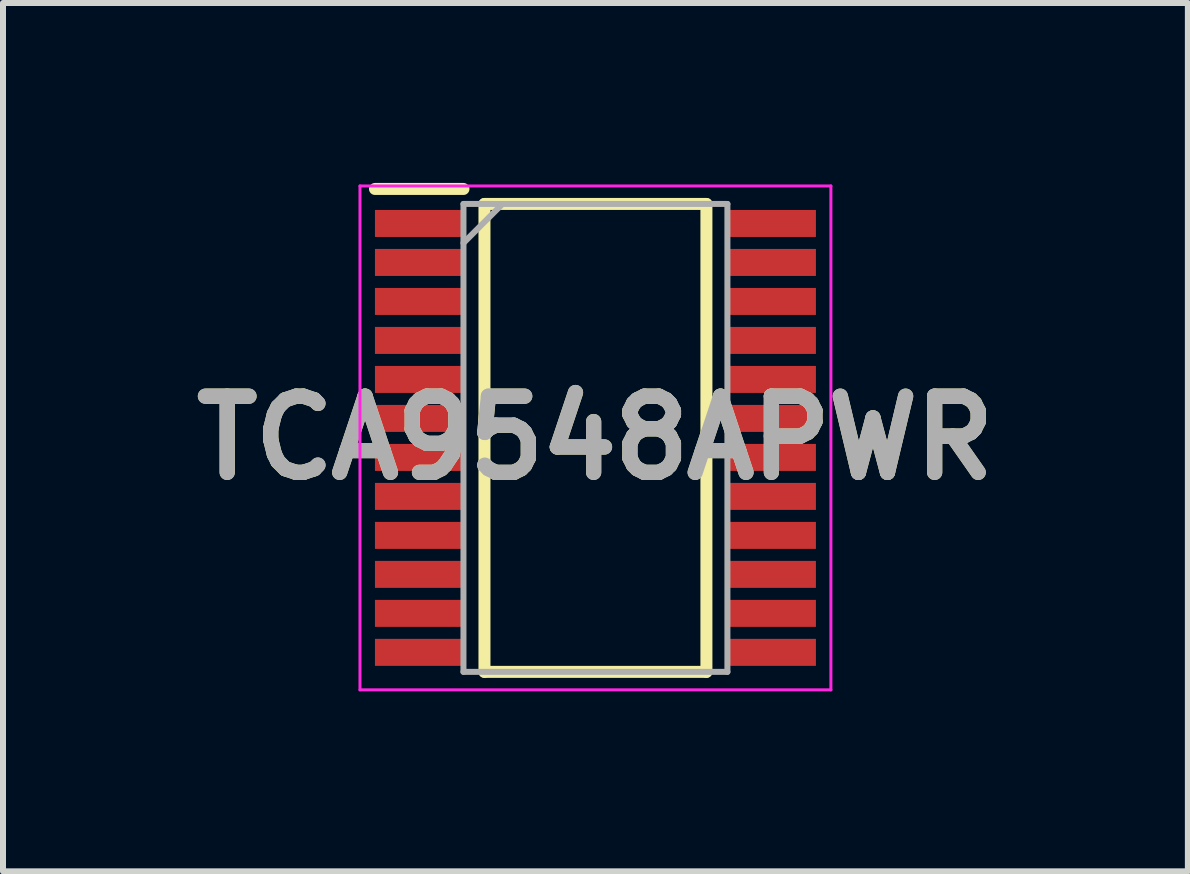
<source format=kicad_pcb>
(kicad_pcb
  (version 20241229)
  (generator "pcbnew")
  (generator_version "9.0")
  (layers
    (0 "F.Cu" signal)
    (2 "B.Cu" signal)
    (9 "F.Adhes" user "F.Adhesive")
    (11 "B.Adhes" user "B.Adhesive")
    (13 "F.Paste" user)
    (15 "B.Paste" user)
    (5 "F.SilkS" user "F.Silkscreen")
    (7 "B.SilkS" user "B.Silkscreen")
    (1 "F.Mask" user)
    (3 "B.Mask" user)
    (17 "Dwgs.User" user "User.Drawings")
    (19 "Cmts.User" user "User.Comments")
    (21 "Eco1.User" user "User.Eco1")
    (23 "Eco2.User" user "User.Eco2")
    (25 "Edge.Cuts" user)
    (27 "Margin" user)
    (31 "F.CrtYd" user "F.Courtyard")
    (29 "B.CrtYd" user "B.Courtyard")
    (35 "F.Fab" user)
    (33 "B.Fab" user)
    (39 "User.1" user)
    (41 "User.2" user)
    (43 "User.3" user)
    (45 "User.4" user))
  (footprint "TCA9548APWR"
    (layer "F.Cu")
    (at 6.876 4.25)
    (property "Reference" "TCA9548APWR" (at 0 0 0) (layer "F.SilkS") (effects (font (size 1.27 1.27) (thickness 0.254))))
    (attr smd)
    (fp_line (start -3.675 -4.15) (end -2.2 -4.15) (stroke (width 0.2) (type solid)) (layer "F.SilkS"))
    (fp_line (start -1.85 -3.9) (end 1.85 -3.9) (stroke (width 0.2) (type solid)) (layer "F.SilkS"))
    (fp_line (start -1.85 3.9) (end -1.85 -3.9) (stroke (width 0.2) (type solid)) (layer "F.SilkS"))
    (fp_line (start 1.85 -3.9) (end 1.85 3.9) (stroke (width 0.2) (type solid)) (layer "F.SilkS"))
    (fp_line (start 1.85 3.9) (end -1.85 3.9) (stroke (width 0.2) (type solid)) (layer "F.SilkS"))
    (fp_line (start -3.925 -4.2) (end 3.925 -4.2) (stroke (width 0.05) (type solid)) (layer "F.CrtYd"))
    (fp_line (start -3.925 4.2) (end -3.925 -4.2) (stroke (width 0.05) (type solid)) (layer "F.CrtYd"))
    (fp_line (start 3.925 -4.2) (end 3.925 4.2) (stroke (width 0.05) (type solid)) (layer "F.CrtYd"))
    (fp_line (start 3.925 4.2) (end -3.925 4.2) (stroke (width 0.05) (type solid)) (layer "F.CrtYd"))
    (fp_line (start -2.2 -3.9) (end 2.2 -3.9) (stroke (width 0.1) (type solid)) (layer "F.Fab"))
    (fp_line (start -2.2 -3.25) (end -1.55 -3.9) (stroke (width 0.1) (type solid)) (layer "F.Fab"))
    (fp_line (start -2.2 3.9) (end -2.2 -3.9) (stroke (width 0.1) (type solid)) (layer "F.Fab"))
    (fp_line (start 2.2 -3.9) (end 2.2 3.9) (stroke (width 0.1) (type solid)) (layer "F.Fab"))
    (fp_line (start 2.2 3.9) (end -2.2 3.9) (stroke (width 0.1) (type solid)) (layer "F.Fab"))
    (fp_text user "${REFERENCE}" (at 0 0 0) (layer "F.Fab") (effects (font (size 1.27 1.27) (thickness 0.254))))
    (pad "1" smd rect (at -2.938 -3.575 90) (size 0.45 1.475) (layers "F.Cu" "F.Mask" "F.Paste"))
    (pad "2" smd rect (at -2.938 -2.925 90) (size 0.45 1.475) (layers "F.Cu" "F.Mask" "F.Paste"))
    (pad "3" smd rect (at -2.938 -2.275 90) (size 0.45 1.475) (layers "F.Cu" "F.Mask" "F.Paste"))
    (pad "4" smd rect (at -2.938 -1.625 90) (size 0.45 1.475) (layers "F.Cu" "F.Mask" "F.Paste"))
    (pad "5" smd rect (at -2.938 -0.975 90) (size 0.45 1.475) (layers "F.Cu" "F.Mask" "F.Paste"))
    (pad "6" smd rect (at -2.938 -0.325 90) (size 0.45 1.475) (layers "F.Cu" "F.Mask" "F.Paste"))
    (pad "7" smd rect (at -2.938 0.325 90) (size 0.45 1.475) (layers "F.Cu" "F.Mask" "F.Paste"))
    (pad "8" smd rect (at -2.938 0.975 90) (size 0.45 1.475) (layers "F.Cu" "F.Mask" "F.Paste"))
    (pad "9" smd rect (at -2.938 1.625 90) (size 0.45 1.475) (layers "F.Cu" "F.Mask" "F.Paste"))
    (pad "10" smd rect (at -2.938 2.275 90) (size 0.45 1.475) (layers "F.Cu" "F.Mask" "F.Paste"))
    (pad "11" smd rect (at -2.938 2.925 90) (size 0.45 1.475) (layers "F.Cu" "F.Mask" "F.Paste"))
    (pad "12" smd rect (at -2.938 3.575 90) (size 0.45 1.475) (layers "F.Cu" "F.Mask" "F.Paste"))
    (pad "13" smd rect (at 2.938 3.575 90) (size 0.45 1.475) (layers "F.Cu" "F.Mask" "F.Paste"))
    (pad "14" smd rect (at 2.938 2.925 90) (size 0.45 1.475) (layers "F.Cu" "F.Mask" "F.Paste"))
    (pad "15" smd rect (at 2.938 2.275 90) (size 0.45 1.475) (layers "F.Cu" "F.Mask" "F.Paste"))
    (pad "16" smd rect (at 2.938 1.625 90) (size 0.45 1.475) (layers "F.Cu" "F.Mask" "F.Paste"))
    (pad "17" smd rect (at 2.938 0.975 90) (size 0.45 1.475) (layers "F.Cu" "F.Mask" "F.Paste"))
    (pad "18" smd rect (at 2.938 0.325 90) (size 0.45 1.475) (layers "F.Cu" "F.Mask" "F.Paste"))
    (pad "19" smd rect (at 2.938 -0.325 90) (size 0.45 1.475) (layers "F.Cu" "F.Mask" "F.Paste"))
    (pad "20" smd rect (at 2.938 -0.975 90) (size 0.45 1.475) (layers "F.Cu" "F.Mask" "F.Paste"))
    (pad "21" smd rect (at 2.938 -1.625 90) (size 0.45 1.475) (layers "F.Cu" "F.Mask" "F.Paste"))
    (pad "22" smd rect (at 2.938 -2.275 90) (size 0.45 1.475) (layers "F.Cu" "F.Mask" "F.Paste"))
    (pad "23" smd rect (at 2.938 -2.925 90) (size 0.45 1.475) (layers "F.Cu" "F.Mask" "F.Paste"))
    (pad "24" smd rect (at 2.938 -3.575 90) (size 0.45 1.475) (layers "F.Cu" "F.Mask" "F.Paste")))
  (gr_rect
    (start -3 -3)
    (end 16.752 11.475)
    (stroke (width 0.1) (type default))
    (fill no)
    (layer "Edge.Cuts")))
</source>
